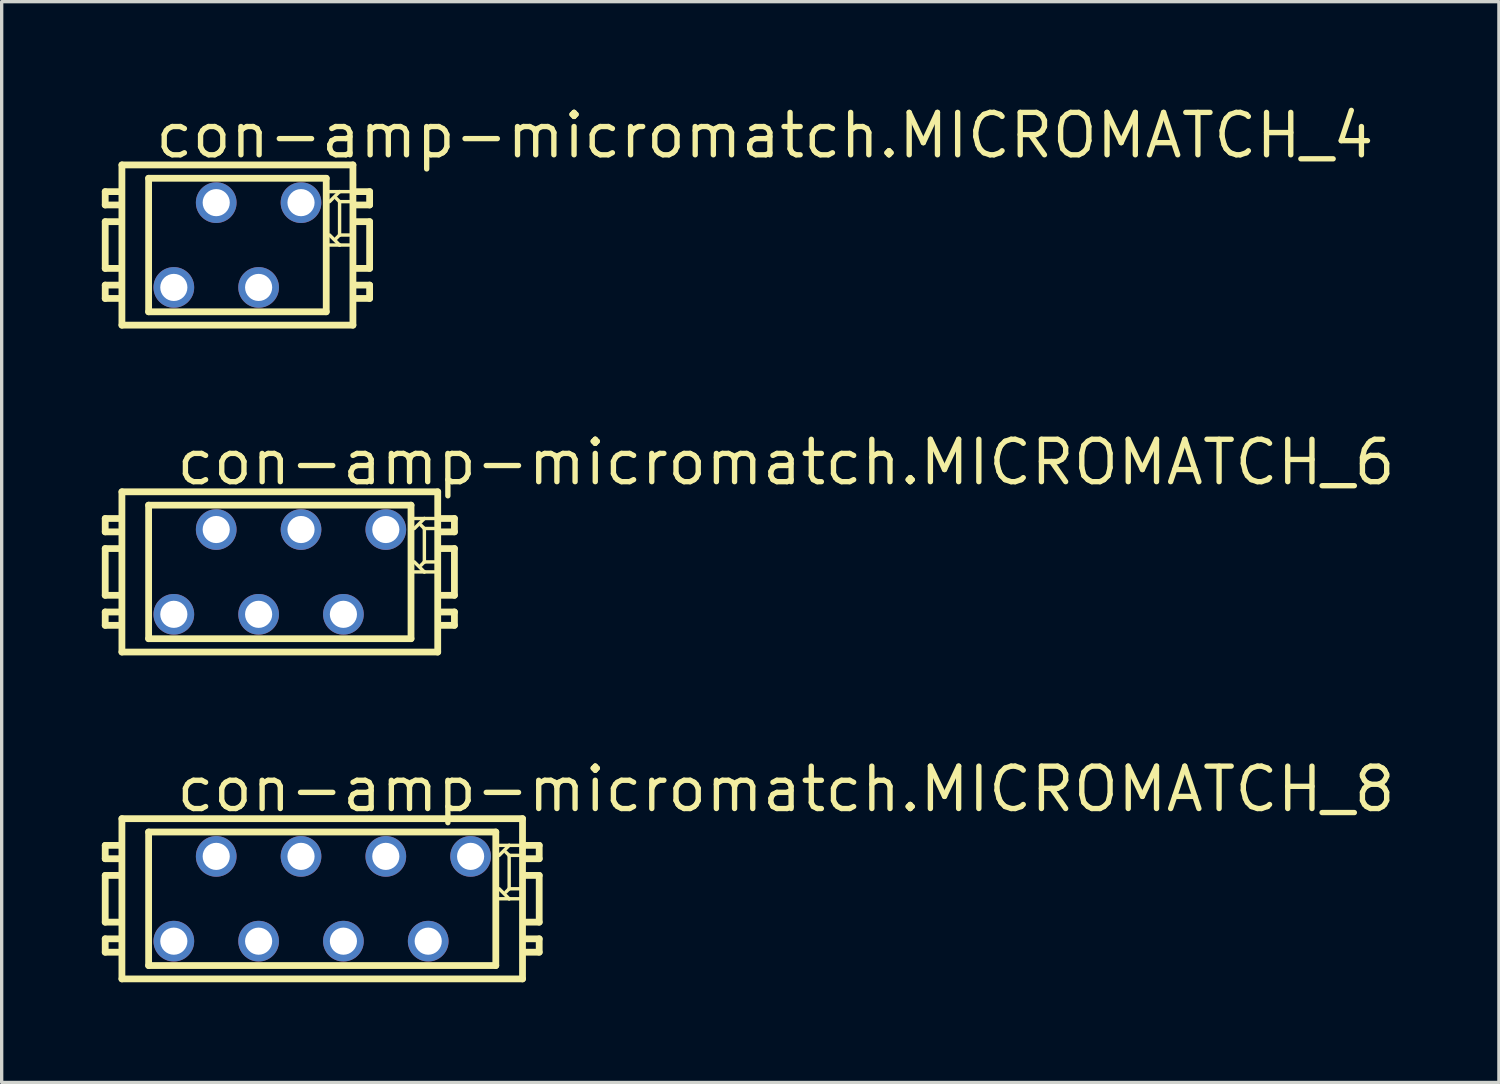
<source format=kicad_pcb>
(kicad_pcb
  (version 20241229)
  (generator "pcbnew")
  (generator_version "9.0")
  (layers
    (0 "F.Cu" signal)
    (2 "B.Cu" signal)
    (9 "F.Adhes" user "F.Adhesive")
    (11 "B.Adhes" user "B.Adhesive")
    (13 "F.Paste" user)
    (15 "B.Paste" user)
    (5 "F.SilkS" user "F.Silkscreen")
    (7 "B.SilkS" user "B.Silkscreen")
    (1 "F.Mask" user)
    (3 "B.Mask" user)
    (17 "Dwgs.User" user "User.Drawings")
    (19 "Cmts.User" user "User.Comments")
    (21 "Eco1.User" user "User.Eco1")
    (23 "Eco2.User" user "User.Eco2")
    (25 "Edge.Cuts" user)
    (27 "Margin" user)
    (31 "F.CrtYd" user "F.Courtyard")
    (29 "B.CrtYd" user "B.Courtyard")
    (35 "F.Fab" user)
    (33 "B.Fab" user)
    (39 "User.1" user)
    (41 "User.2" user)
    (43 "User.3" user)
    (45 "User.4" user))
  (footprint "con-amp-micromatch.MICROMATCH_8"
    (layer "F.Cu")
    (at 6.602 23.873)
    (property "Reference" "con-amp-micromatch.MICROMATCH_8" (at -4.445 -2.54 0) (layer "F.SilkS") (effects (font (size 1.27 1.27) (thickness 0.16)) (justify left bottom)))
    (attr through_hole)
    (fp_line (start -6.5 -1.6) (end -6.5 -1.2) (stroke (width 0.203) (type default)) (layer "F.SilkS"))
    (fp_line (start -6.5 -1.2) (end -6.1 -1.2) (stroke (width 0.203) (type default)) (layer "F.SilkS"))
    (fp_line (start -6.5 -0.7) (end -6.5 0.7) (stroke (width 0.203) (type default)) (layer "F.SilkS"))
    (fp_line (start -6.5 0.7) (end -6.1 0.7) (stroke (width 0.203) (type default)) (layer "F.SilkS"))
    (fp_line (start -6.5 1.2) (end -6.5 1.6) (stroke (width 0.203) (type default)) (layer "F.SilkS"))
    (fp_line (start -6.5 1.6) (end -6.1 1.6) (stroke (width 0.203) (type default)) (layer "F.SilkS"))
    (fp_line (start -6.1 -1.6) (end -6.5 -1.6) (stroke (width 0.203) (type default)) (layer "F.SilkS"))
    (fp_line (start -6.1 -0.7) (end -6.5 -0.7) (stroke (width 0.203) (type default)) (layer "F.SilkS"))
    (fp_line (start -6.1 1.2) (end -6.5 1.2) (stroke (width 0.203) (type default)) (layer "F.SilkS"))
    (fp_line (start -6 -2.4) (end -6 2.4) (stroke (width 0.203) (type default)) (layer "F.SilkS"))
    (fp_line (start -5.2 -2) (end -5.2 2) (stroke (width 0.203) (type default)) (layer "F.SilkS"))
    (fp_line (start 5.2 -2) (end -5.2 -2) (stroke (width 0.203) (type default)) (layer "F.SilkS"))
    (fp_line (start 5.2 2) (end -5.2 2) (stroke (width 0.203) (type default)) (layer "F.SilkS"))
    (fp_line (start 5.2 2) (end 5.2 -2) (stroke (width 0.203) (type default)) (layer "F.SilkS"))
    (fp_line (start 5.5 -1.4) (end 5.6 -1.3) (stroke (width 0.102) (type default)) (layer "F.SilkS"))
    (fp_line (start 5.5 -0.2) (end 5.6 -0.3) (stroke (width 0.102) (type default)) (layer "F.SilkS"))
    (fp_line (start 5.6 -1.6) (end 5.3 -1.6) (stroke (width 0.102) (type default)) (layer "F.SilkS"))
    (fp_line (start 5.6 -1.6) (end 5.3 -1.3) (stroke (width 0.102) (type default)) (layer "F.SilkS"))
    (fp_line (start 5.6 -1.3) (end 5.6 -0.3) (stroke (width 0.102) (type default)) (layer "F.SilkS"))
    (fp_line (start 5.6 -0.3) (end 5.9 -0.3) (stroke (width 0.102) (type default)) (layer "F.SilkS"))
    (fp_line (start 5.6 0) (end 5.3 -0.3) (stroke (width 0.102) (type default)) (layer "F.SilkS"))
    (fp_line (start 5.6 0) (end 5.3 0) (stroke (width 0.102) (type default)) (layer "F.SilkS"))
    (fp_line (start 5.9 -1.6) (end 5.6 -1.6) (stroke (width 0.102) (type default)) (layer "F.SilkS"))
    (fp_line (start 5.9 -1.3) (end 5.6 -1.3) (stroke (width 0.102) (type default)) (layer "F.SilkS"))
    (fp_line (start 5.9 0) (end 5.6 0) (stroke (width 0.102) (type default)) (layer "F.SilkS"))
    (fp_line (start 6 -2.4) (end -6 -2.4) (stroke (width 0.203) (type default)) (layer "F.SilkS"))
    (fp_line (start 6 2.4) (end -6 2.4) (stroke (width 0.203) (type default)) (layer "F.SilkS"))
    (fp_line (start 6 2.4) (end 6 -2.4) (stroke (width 0.203) (type default)) (layer "F.SilkS"))
    (fp_line (start 6.1 -1.2) (end 6.5 -1.2) (stroke (width 0.203) (type default)) (layer "F.SilkS"))
    (fp_line (start 6.1 0.7) (end 6.5 0.7) (stroke (width 0.203) (type default)) (layer "F.SilkS"))
    (fp_line (start 6.1 1.6) (end 6.5 1.6) (stroke (width 0.203) (type default)) (layer "F.SilkS"))
    (fp_line (start 6.5 -1.6) (end 6.1 -1.6) (stroke (width 0.203) (type default)) (layer "F.SilkS"))
    (fp_line (start 6.5 -1.2) (end 6.5 -1.6) (stroke (width 0.203) (type default)) (layer "F.SilkS"))
    (fp_line (start 6.5 -0.7) (end 6.1 -0.7) (stroke (width 0.203) (type default)) (layer "F.SilkS"))
    (fp_line (start 6.5 0.7) (end 6.5 -0.7) (stroke (width 0.203) (type default)) (layer "F.SilkS"))
    (fp_line (start 6.5 1.2) (end 6.1 1.2) (stroke (width 0.203) (type default)) (layer "F.SilkS"))
    (fp_line (start 6.5 1.6) (end 6.5 1.2) (stroke (width 0.203) (type default)) (layer "F.SilkS"))
    (pad "1" thru_hole circle (at 4.445 -1.27) (size 1.219 1.219) (drill 0.813) (layers "*.Cu" "*.Mask"))
    (pad "2" thru_hole circle (at 3.175 1.27) (size 1.219 1.219) (drill 0.813) (layers "*.Cu" "*.Mask"))
    (pad "3" thru_hole circle (at 1.905 -1.27) (size 1.219 1.219) (drill 0.813) (layers "*.Cu" "*.Mask"))
    (pad "4" thru_hole circle (at 0.635 1.27) (size 1.219 1.219) (drill 0.813) (layers "*.Cu" "*.Mask"))
    (pad "5" thru_hole circle (at -0.635 -1.27) (size 1.219 1.219) (drill 0.813) (layers "*.Cu" "*.Mask"))
    (pad "6" thru_hole circle (at -1.905 1.27) (size 1.219 1.219) (drill 0.813) (layers "*.Cu" "*.Mask"))
    (pad "7" thru_hole circle (at -3.175 -1.27) (size 1.219 1.219) (drill 0.813) (layers "*.Cu" "*.Mask"))
    (pad "8" thru_hole circle (at -4.445 1.27) (size 1.219 1.219) (drill 0.813) (layers "*.Cu" "*.Mask")))
  (footprint "con-amp-micromatch.MICROMATCH_4"
    (layer "F.Cu")
    (at 4.062 4.29)
    (property "Reference" "con-amp-micromatch.MICROMATCH_4" (at -2.54 -2.54 0) (layer "F.SilkS") (effects (font (size 1.27 1.27) (thickness 0.16)) (justify left bottom)))
    (attr through_hole)
    (fp_line (start -3.96 -1.6) (end -3.96 -1.2) (stroke (width 0.203) (type default)) (layer "F.SilkS"))
    (fp_line (start -3.96 -1.2) (end -3.56 -1.2) (stroke (width 0.203) (type default)) (layer "F.SilkS"))
    (fp_line (start -3.96 -0.7) (end -3.96 0.7) (stroke (width 0.203) (type default)) (layer "F.SilkS"))
    (fp_line (start -3.96 0.7) (end -3.56 0.7) (stroke (width 0.203) (type default)) (layer "F.SilkS"))
    (fp_line (start -3.96 1.2) (end -3.96 1.6) (stroke (width 0.203) (type default)) (layer "F.SilkS"))
    (fp_line (start -3.96 1.6) (end -3.56 1.6) (stroke (width 0.203) (type default)) (layer "F.SilkS"))
    (fp_line (start -3.56 -1.6) (end -3.96 -1.6) (stroke (width 0.203) (type default)) (layer "F.SilkS"))
    (fp_line (start -3.56 -0.7) (end -3.96 -0.7) (stroke (width 0.203) (type default)) (layer "F.SilkS"))
    (fp_line (start -3.56 1.2) (end -3.96 1.2) (stroke (width 0.203) (type default)) (layer "F.SilkS"))
    (fp_line (start -3.46 -2.4) (end -3.46 2.4) (stroke (width 0.203) (type default)) (layer "F.SilkS"))
    (fp_line (start -2.66 -2) (end -2.66 2) (stroke (width 0.203) (type default)) (layer "F.SilkS"))
    (fp_line (start 2.66 -2) (end -2.66 -2) (stroke (width 0.203) (type default)) (layer "F.SilkS"))
    (fp_line (start 2.66 2) (end -2.66 2) (stroke (width 0.203) (type default)) (layer "F.SilkS"))
    (fp_line (start 2.66 2) (end 2.66 -2) (stroke (width 0.203) (type default)) (layer "F.SilkS"))
    (fp_line (start 2.96 -1.4) (end 3.06 -1.3) (stroke (width 0.102) (type default)) (layer "F.SilkS"))
    (fp_line (start 2.96 -0.2) (end 3.06 -0.3) (stroke (width 0.102) (type default)) (layer "F.SilkS"))
    (fp_line (start 3.06 -1.6) (end 2.76 -1.6) (stroke (width 0.102) (type default)) (layer "F.SilkS"))
    (fp_line (start 3.06 -1.6) (end 2.76 -1.3) (stroke (width 0.102) (type default)) (layer "F.SilkS"))
    (fp_line (start 3.06 -1.3) (end 3.06 -0.3) (stroke (width 0.102) (type default)) (layer "F.SilkS"))
    (fp_line (start 3.06 -0.3) (end 3.36 -0.3) (stroke (width 0.102) (type default)) (layer "F.SilkS"))
    (fp_line (start 3.06 0) (end 2.76 -0.3) (stroke (width 0.102) (type default)) (layer "F.SilkS"))
    (fp_line (start 3.06 0) (end 2.76 0) (stroke (width 0.102) (type default)) (layer "F.SilkS"))
    (fp_line (start 3.36 -1.6) (end 3.06 -1.6) (stroke (width 0.102) (type default)) (layer "F.SilkS"))
    (fp_line (start 3.36 -1.3) (end 3.06 -1.3) (stroke (width 0.102) (type default)) (layer "F.SilkS"))
    (fp_line (start 3.36 0) (end 3.06 0) (stroke (width 0.102) (type default)) (layer "F.SilkS"))
    (fp_line (start 3.46 -2.4) (end -3.46 -2.4) (stroke (width 0.203) (type default)) (layer "F.SilkS"))
    (fp_line (start 3.46 2.4) (end -3.46 2.4) (stroke (width 0.203) (type default)) (layer "F.SilkS"))
    (fp_line (start 3.46 2.4) (end 3.46 -2.4) (stroke (width 0.203) (type default)) (layer "F.SilkS"))
    (fp_line (start 3.56 -1.2) (end 3.96 -1.2) (stroke (width 0.203) (type default)) (layer "F.SilkS"))
    (fp_line (start 3.56 0.7) (end 3.96 0.7) (stroke (width 0.203) (type default)) (layer "F.SilkS"))
    (fp_line (start 3.56 1.6) (end 3.96 1.6) (stroke (width 0.203) (type default)) (layer "F.SilkS"))
    (fp_line (start 3.96 -1.6) (end 3.56 -1.6) (stroke (width 0.203) (type default)) (layer "F.SilkS"))
    (fp_line (start 3.96 -1.2) (end 3.96 -1.6) (stroke (width 0.203) (type default)) (layer "F.SilkS"))
    (fp_line (start 3.96 -0.7) (end 3.56 -0.7) (stroke (width 0.203) (type default)) (layer "F.SilkS"))
    (fp_line (start 3.96 0.7) (end 3.96 -0.7) (stroke (width 0.203) (type default)) (layer "F.SilkS"))
    (fp_line (start 3.96 1.2) (end 3.56 1.2) (stroke (width 0.203) (type default)) (layer "F.SilkS"))
    (fp_line (start 3.96 1.6) (end 3.96 1.2) (stroke (width 0.203) (type default)) (layer "F.SilkS"))
    (pad "1" thru_hole circle (at 1.905 -1.27) (size 1.219 1.219) (drill 0.813) (layers "*.Cu" "*.Mask"))
    (pad "2" thru_hole circle (at 0.635 1.27) (size 1.219 1.219) (drill 0.813) (layers "*.Cu" "*.Mask"))
    (pad "3" thru_hole circle (at -0.635 -1.27) (size 1.219 1.219) (drill 0.813) (layers "*.Cu" "*.Mask"))
    (pad "4" thru_hole circle (at -1.905 1.27) (size 1.219 1.219) (drill 0.813) (layers "*.Cu" "*.Mask")))
  (footprint "con-amp-micromatch.MICROMATCH_6"
    (layer "F.Cu")
    (at 5.332 14.082)
    (property "Reference" "con-amp-micromatch.MICROMATCH_6" (at -3.175 -2.54 0) (layer "F.SilkS") (effects (font (size 1.27 1.27) (thickness 0.16)) (justify left bottom)))
    (attr through_hole)
    (fp_line (start -5.23 -1.6) (end -5.23 -1.2) (stroke (width 0.203) (type default)) (layer "F.SilkS"))
    (fp_line (start -5.23 -1.2) (end -4.83 -1.2) (stroke (width 0.203) (type default)) (layer "F.SilkS"))
    (fp_line (start -5.23 -0.7) (end -5.23 0.7) (stroke (width 0.203) (type default)) (layer "F.SilkS"))
    (fp_line (start -5.23 0.7) (end -4.83 0.7) (stroke (width 0.203) (type default)) (layer "F.SilkS"))
    (fp_line (start -5.23 1.2) (end -5.23 1.6) (stroke (width 0.203) (type default)) (layer "F.SilkS"))
    (fp_line (start -5.23 1.6) (end -4.83 1.6) (stroke (width 0.203) (type default)) (layer "F.SilkS"))
    (fp_line (start -4.83 -1.6) (end -5.23 -1.6) (stroke (width 0.203) (type default)) (layer "F.SilkS"))
    (fp_line (start -4.83 -0.7) (end -5.23 -0.7) (stroke (width 0.203) (type default)) (layer "F.SilkS"))
    (fp_line (start -4.83 1.2) (end -5.23 1.2) (stroke (width 0.203) (type default)) (layer "F.SilkS"))
    (fp_line (start -4.73 -2.4) (end -4.73 2.4) (stroke (width 0.203) (type default)) (layer "F.SilkS"))
    (fp_line (start -3.93 -2) (end -3.93 2) (stroke (width 0.203) (type default)) (layer "F.SilkS"))
    (fp_line (start 3.93 -2) (end -3.93 -2) (stroke (width 0.203) (type default)) (layer "F.SilkS"))
    (fp_line (start 3.93 2) (end -3.93 2) (stroke (width 0.203) (type default)) (layer "F.SilkS"))
    (fp_line (start 3.93 2) (end 3.93 -2) (stroke (width 0.203) (type default)) (layer "F.SilkS"))
    (fp_line (start 4.23 -1.4) (end 4.33 -1.3) (stroke (width 0.102) (type default)) (layer "F.SilkS"))
    (fp_line (start 4.23 -0.2) (end 4.33 -0.3) (stroke (width 0.102) (type default)) (layer "F.SilkS"))
    (fp_line (start 4.33 -1.6) (end 4.03 -1.6) (stroke (width 0.102) (type default)) (layer "F.SilkS"))
    (fp_line (start 4.33 -1.6) (end 4.03 -1.3) (stroke (width 0.102) (type default)) (layer "F.SilkS"))
    (fp_line (start 4.33 -1.3) (end 4.33 -0.3) (stroke (width 0.102) (type default)) (layer "F.SilkS"))
    (fp_line (start 4.33 -0.3) (end 4.63 -0.3) (stroke (width 0.102) (type default)) (layer "F.SilkS"))
    (fp_line (start 4.33 0) (end 4.03 -0.3) (stroke (width 0.102) (type default)) (layer "F.SilkS"))
    (fp_line (start 4.33 0) (end 4.03 0) (stroke (width 0.102) (type default)) (layer "F.SilkS"))
    (fp_line (start 4.63 -1.6) (end 4.33 -1.6) (stroke (width 0.102) (type default)) (layer "F.SilkS"))
    (fp_line (start 4.63 -1.3) (end 4.33 -1.3) (stroke (width 0.102) (type default)) (layer "F.SilkS"))
    (fp_line (start 4.63 0) (end 4.33 0) (stroke (width 0.102) (type default)) (layer "F.SilkS"))
    (fp_line (start 4.73 -2.4) (end -4.73 -2.4) (stroke (width 0.203) (type default)) (layer "F.SilkS"))
    (fp_line (start 4.73 2.4) (end -4.73 2.4) (stroke (width 0.203) (type default)) (layer "F.SilkS"))
    (fp_line (start 4.73 2.4) (end 4.73 -2.4) (stroke (width 0.203) (type default)) (layer "F.SilkS"))
    (fp_line (start 4.83 -1.2) (end 5.23 -1.2) (stroke (width 0.203) (type default)) (layer "F.SilkS"))
    (fp_line (start 4.83 0.7) (end 5.23 0.7) (stroke (width 0.203) (type default)) (layer "F.SilkS"))
    (fp_line (start 4.83 1.6) (end 5.23 1.6) (stroke (width 0.203) (type default)) (layer "F.SilkS"))
    (fp_line (start 5.23 -1.6) (end 4.83 -1.6) (stroke (width 0.203) (type default)) (layer "F.SilkS"))
    (fp_line (start 5.23 -1.2) (end 5.23 -1.6) (stroke (width 0.203) (type default)) (layer "F.SilkS"))
    (fp_line (start 5.23 -0.7) (end 4.83 -0.7) (stroke (width 0.203) (type default)) (layer "F.SilkS"))
    (fp_line (start 5.23 0.7) (end 5.23 -0.7) (stroke (width 0.203) (type default)) (layer "F.SilkS"))
    (fp_line (start 5.23 1.2) (end 4.83 1.2) (stroke (width 0.203) (type default)) (layer "F.SilkS"))
    (fp_line (start 5.23 1.6) (end 5.23 1.2) (stroke (width 0.203) (type default)) (layer "F.SilkS"))
    (pad "1" thru_hole circle (at 3.175 -1.27) (size 1.219 1.219) (drill 0.813) (layers "*.Cu" "*.Mask"))
    (pad "2" thru_hole circle (at 1.905 1.27) (size 1.219 1.219) (drill 0.813) (layers "*.Cu" "*.Mask"))
    (pad "3" thru_hole circle (at 0.635 -1.27) (size 1.219 1.219) (drill 0.813) (layers "*.Cu" "*.Mask"))
    (pad "4" thru_hole circle (at -0.635 1.27) (size 1.219 1.219) (drill 0.813) (layers "*.Cu" "*.Mask"))
    (pad "5" thru_hole circle (at -1.905 -1.27) (size 1.219 1.219) (drill 0.813) (layers "*.Cu" "*.Mask"))
    (pad "6" thru_hole circle (at -3.175 1.27) (size 1.219 1.219) (drill 0.813) (layers "*.Cu" "*.Mask")))
  (gr_rect
    (start -3 -3)
    (end 41.85 29.375)
    (stroke (width 0.1) (type default))
    (fill no)
    (layer "Edge.Cuts")))
</source>
